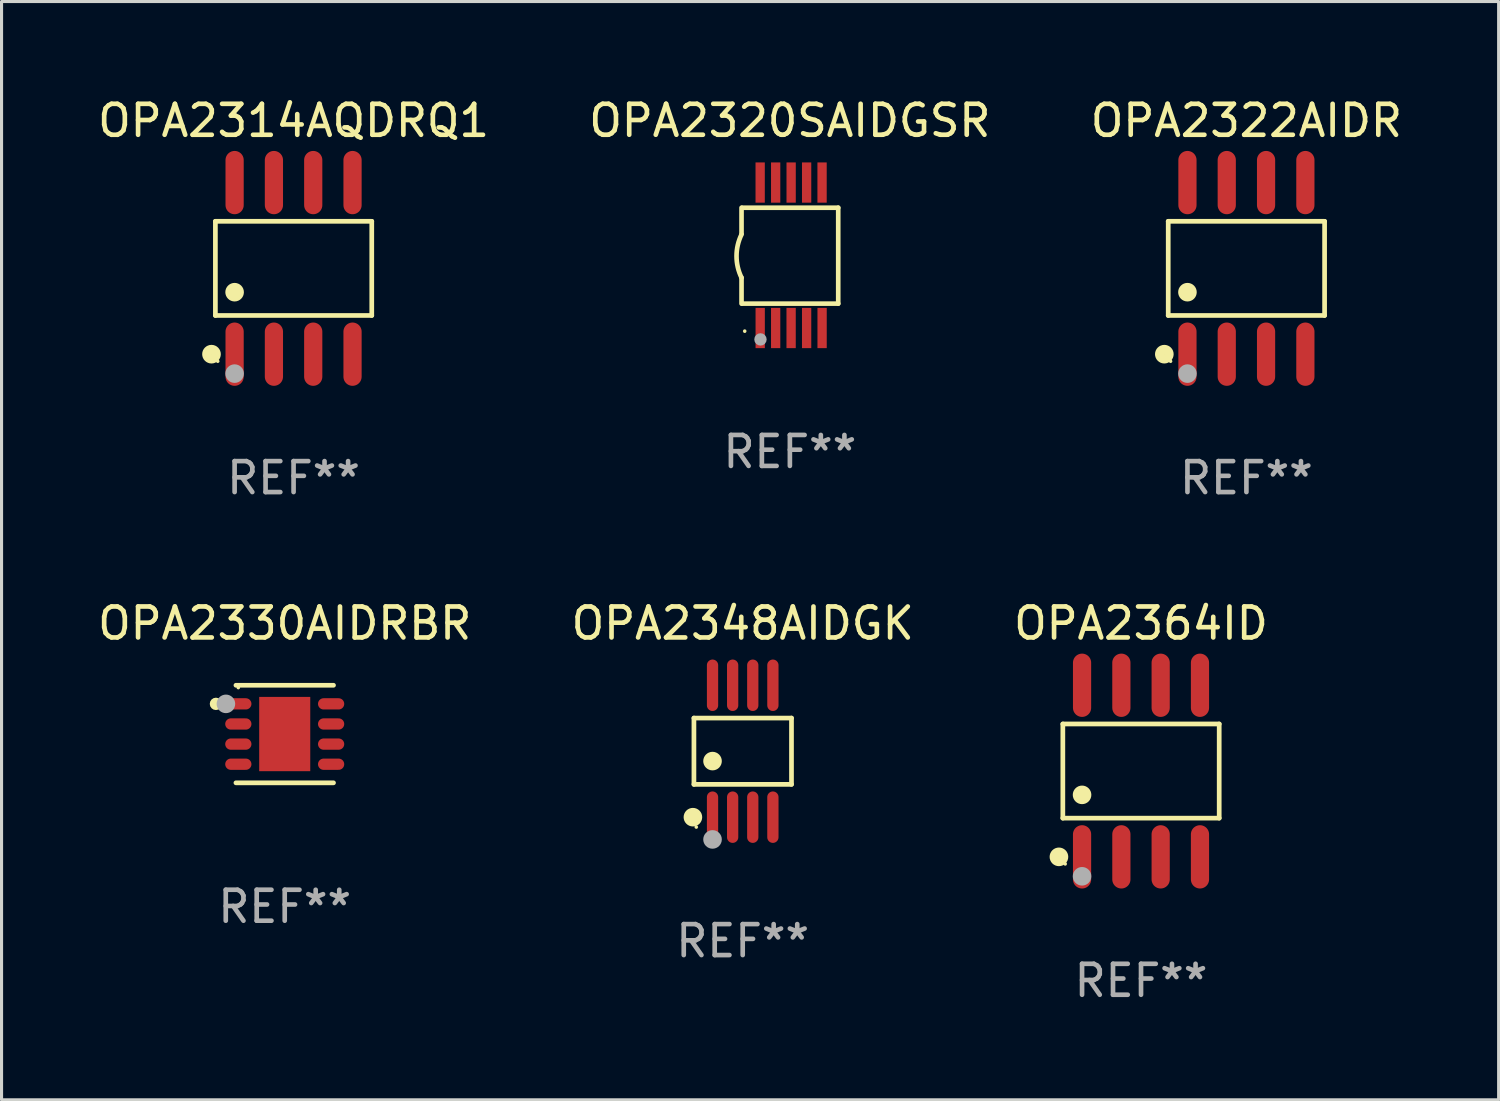
<source format=kicad_pcb>
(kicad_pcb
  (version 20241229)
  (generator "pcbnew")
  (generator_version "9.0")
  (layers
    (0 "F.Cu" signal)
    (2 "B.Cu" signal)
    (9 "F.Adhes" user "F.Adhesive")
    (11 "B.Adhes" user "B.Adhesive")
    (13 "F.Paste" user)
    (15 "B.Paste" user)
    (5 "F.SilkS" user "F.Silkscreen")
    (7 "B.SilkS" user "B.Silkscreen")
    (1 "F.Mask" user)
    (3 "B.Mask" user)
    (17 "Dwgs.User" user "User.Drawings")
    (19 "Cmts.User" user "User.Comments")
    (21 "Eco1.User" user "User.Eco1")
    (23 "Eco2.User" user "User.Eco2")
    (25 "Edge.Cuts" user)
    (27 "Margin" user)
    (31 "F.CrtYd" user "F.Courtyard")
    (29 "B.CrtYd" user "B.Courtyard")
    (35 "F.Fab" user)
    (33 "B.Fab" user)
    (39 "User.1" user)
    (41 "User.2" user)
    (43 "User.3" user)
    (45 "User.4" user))
  (footprint "OPA2348AIDGK"
    (layer "F.Cu")
    (at 20.946 21.221)
    (property "Reference" "OPA2348AIDGK" (at 0 -4.131 0) (layer "F.SilkS") (effects (font (size 1 1) (thickness 0.15))))
    (attr through_hole)
    (fp_line (start -1.576 -1.071) (end 1.576 -1.071) (stroke (width 0.152) (type solid)) (layer "F.SilkS"))
    (fp_line (start -1.576 1.071) (end -1.576 -1.071) (stroke (width 0.152) (type solid)) (layer "F.SilkS"))
    (fp_line (start 1.576 -1.071) (end 1.576 1.071) (stroke (width 0.152) (type solid)) (layer "F.SilkS"))
    (fp_line (start 1.576 1.071) (end -1.576 1.071) (stroke (width 0.152) (type solid)) (layer "F.SilkS"))
    (fp_circle (center -1.609 2.131) (end -1.459 2.131) (stroke (width 0.3) (type solid)) (fill no) (layer "F.SilkS"))
    (fp_circle (center -1.5 2.45) (end -1.47 2.45) (stroke (width 0.06) (type solid)) (fill no) (layer "F.SilkS"))
    (fp_circle (center -0.975 0.319) (end -0.825 0.319) (stroke (width 0.3) (type solid)) (fill no) (layer "F.SilkS"))
    (fp_circle (center -0.975 2.85) (end -0.825 2.85) (stroke (width 0.3) (type solid)) (fill no) (layer "F.Fab"))
    (fp_text user "REF**" (at 0 6.131 0) (layer "F.Fab") (effects (font (size 1 1) (thickness 0.15))))
    (pad "1" smd oval (at -0.975 2.131) (size 0.364 1.662) (layers "F.Cu" "F.Mask" "F.Paste"))
    (pad "2" smd oval (at -0.325 2.131) (size 0.364 1.662) (layers "F.Cu" "F.Mask" "F.Paste"))
    (pad "3" smd oval (at 0.325 2.131) (size 0.364 1.662) (layers "F.Cu" "F.Mask" "F.Paste"))
    (pad "4" smd oval (at 0.975 2.131) (size 0.364 1.662) (layers "F.Cu" "F.Mask" "F.Paste"))
    (pad "5" smd oval (at 0.975 -2.131) (size 0.364 1.662) (layers "F.Cu" "F.Mask" "F.Paste"))
    (pad "6" smd oval (at 0.325 -2.131) (size 0.364 1.662) (layers "F.Cu" "F.Mask" "F.Paste"))
    (pad "7" smd oval (at -0.325 -2.131) (size 0.364 1.662) (layers "F.Cu" "F.Mask" "F.Paste"))
    (pad "8" smd oval (at -0.975 -2.131) (size 0.364 1.662) (layers "F.Cu" "F.Mask" "F.Paste")))
  (footprint "OPA2314AQDRQ1"
    (layer "F.Cu")
    (at 6.435 5.621)
    (property "Reference" "OPA2314AQDRQ1" (at 0 -4.772 0) (layer "F.SilkS") (effects (font (size 1 1) (thickness 0.15))))
    (attr through_hole)
    (fp_line (start -2.526 -1.521) (end 2.526 -1.521) (stroke (width 0.152) (type solid)) (layer "F.SilkS"))
    (fp_line (start -2.526 1.521) (end -2.526 -1.521) (stroke (width 0.152) (type solid)) (layer "F.SilkS"))
    (fp_line (start 2.526 -1.521) (end 2.526 1.521) (stroke (width 0.152) (type solid)) (layer "F.SilkS"))
    (fp_line (start 2.526 1.521) (end -2.526 1.521) (stroke (width 0.152) (type solid)) (layer "F.SilkS"))
    (fp_circle (center -2.652 2.772) (end -2.501 2.772) (stroke (width 0.3) (type solid)) (fill no) (layer "F.SilkS"))
    (fp_circle (center -2.45 3) (end -2.42 3) (stroke (width 0.06) (type solid)) (fill no) (layer "F.SilkS"))
    (fp_circle (center -1.905 0.769) (end -1.755 0.769) (stroke (width 0.3) (type solid)) (fill no) (layer "F.SilkS"))
    (fp_circle (center -1.905 3.4) (end -1.755 3.4) (stroke (width 0.3) (type solid)) (fill no) (layer "F.Fab"))
    (fp_text user "REF**" (at 0 6.772 0) (layer "F.Fab") (effects (font (size 1 1) (thickness 0.15))))
    (pad "1" smd oval (at -1.905 2.772) (size 0.588 2.045) (layers "F.Cu" "F.Mask" "F.Paste"))
    (pad "2" smd oval (at -0.635 2.772) (size 0.588 2.045) (layers "F.Cu" "F.Mask" "F.Paste"))
    (pad "3" smd oval (at 0.635 2.772) (size 0.588 2.045) (layers "F.Cu" "F.Mask" "F.Paste"))
    (pad "4" smd oval (at 1.905 2.772) (size 0.588 2.045) (layers "F.Cu" "F.Mask" "F.Paste"))
    (pad "5" smd oval (at 1.905 -2.772) (size 0.588 2.045) (layers "F.Cu" "F.Mask" "F.Paste"))
    (pad "6" smd oval (at 0.635 -2.772) (size 0.588 2.045) (layers "F.Cu" "F.Mask" "F.Paste"))
    (pad "7" smd oval (at -0.635 -2.772) (size 0.588 2.045) (layers "F.Cu" "F.Mask" "F.Paste"))
    (pad "8" smd oval (at -1.905 -2.772) (size 0.588 2.045) (layers "F.Cu" "F.Mask" "F.Paste")))
  (footprint "OPA2322AIDR"
    (layer "F.Cu")
    (at 37.22 5.621)
    (property "Reference" "OPA2322AIDR" (at 0 -4.772 0) (layer "F.SilkS") (effects (font (size 1 1) (thickness 0.15))))
    (attr through_hole)
    (fp_line (start -2.526 -1.521) (end 2.526 -1.521) (stroke (width 0.152) (type solid)) (layer "F.SilkS"))
    (fp_line (start -2.526 1.521) (end -2.526 -1.521) (stroke (width 0.152) (type solid)) (layer "F.SilkS"))
    (fp_line (start 2.526 -1.521) (end 2.526 1.521) (stroke (width 0.152) (type solid)) (layer "F.SilkS"))
    (fp_line (start 2.526 1.521) (end -2.526 1.521) (stroke (width 0.152) (type solid)) (layer "F.SilkS"))
    (fp_circle (center -2.652 2.772) (end -2.501 2.772) (stroke (width 0.3) (type solid)) (fill no) (layer "F.SilkS"))
    (fp_circle (center -2.45 3) (end -2.42 3) (stroke (width 0.06) (type solid)) (fill no) (layer "F.SilkS"))
    (fp_circle (center -1.905 0.769) (end -1.755 0.769) (stroke (width 0.3) (type solid)) (fill no) (layer "F.SilkS"))
    (fp_circle (center -1.905 3.4) (end -1.755 3.4) (stroke (width 0.3) (type solid)) (fill no) (layer "F.Fab"))
    (fp_text user "REF**" (at 0 6.772 0) (layer "F.Fab") (effects (font (size 1 1) (thickness 0.15))))
    (pad "1" smd oval (at -1.905 2.772) (size 0.588 2.045) (layers "F.Cu" "F.Mask" "F.Paste"))
    (pad "2" smd oval (at -0.635 2.772) (size 0.588 2.045) (layers "F.Cu" "F.Mask" "F.Paste"))
    (pad "3" smd oval (at 0.635 2.772) (size 0.588 2.045) (layers "F.Cu" "F.Mask" "F.Paste"))
    (pad "4" smd oval (at 1.905 2.772) (size 0.588 2.045) (layers "F.Cu" "F.Mask" "F.Paste"))
    (pad "5" smd oval (at 1.905 -2.772) (size 0.588 2.045) (layers "F.Cu" "F.Mask" "F.Paste"))
    (pad "6" smd oval (at 0.635 -2.772) (size 0.588 2.045) (layers "F.Cu" "F.Mask" "F.Paste"))
    (pad "7" smd oval (at -0.635 -2.772) (size 0.588 2.045) (layers "F.Cu" "F.Mask" "F.Paste"))
    (pad "8" smd oval (at -1.905 -2.772) (size 0.588 2.045) (layers "F.Cu" "F.Mask" "F.Paste")))
  (footprint "OPA2320SAIDGSR"
    (layer "F.Cu")
    (at 22.47 5.198)
    (property "Reference" "OPA2320SAIDGSR" (at 0 -4.35 0) (layer "F.SilkS") (effects (font (size 1 1) (thickness 0.15))))
    (attr through_hole)
    (fp_line (start -1.562 -1.537) (end -1.562 -0.698) (stroke (width 0.15) (type solid)) (layer "F.SilkS"))
    (fp_line (start -1.562 0.724) (end -1.562 1.562) (stroke (width 0.15) (type solid)) (layer "F.SilkS"))
    (fp_line (start -1.538 -1.537) (end 1.562 -1.537) (stroke (width 0.15) (type solid)) (layer "F.SilkS"))
    (fp_line (start -1.538 1.562) (end 1.562 1.562) (stroke (width 0.15) (type solid)) (layer "F.SilkS"))
    (fp_line (start 1.562 1.564) (end 1.562 -1.537) (stroke (width 0.15) (type solid)) (layer "F.SilkS"))
    (fp_arc (start -1.562103 0.724079) (mid -1.723579 0.025578) (end -1.562103 -0.672924) (stroke (width 0.150013) (type solid)) (layer "F.SilkS"))
    (fp_circle (center -1.459 2.45) (end -1.429 2.45) (stroke (width 0.06) (type solid)) (fill no) (layer "F.SilkS"))
    (fp_circle (center -0.95 2.718) (end -0.85 2.718) (stroke (width 0.2) (type solid)) (fill no) (layer "F.Fab"))
    (fp_text user "REF**" (at 0 6.35 0) (layer "F.Fab") (effects (font (size 1 1) (thickness 0.15))))
    (pad "1" smd rect (at -0.959 2.35) (size 0.3 1.3) (layers "F.Cu" "F.Mask" "F.Paste"))
    (pad "2" smd rect (at -0.459 2.35) (size 0.3 1.3) (layers "F.Cu" "F.Mask" "F.Paste"))
    (pad "3" smd rect (at 0.04 2.35) (size 0.3 1.3) (layers "F.Cu" "F.Mask" "F.Paste"))
    (pad "4" smd rect (at 0.541 2.35) (size 0.3 1.3) (layers "F.Cu" "F.Mask" "F.Paste"))
    (pad "5" smd rect (at 1.041 2.35) (size 0.3 1.3) (layers "F.Cu" "F.Mask" "F.Paste"))
    (pad "6" smd rect (at 1.04 -2.35) (size 0.3 1.3) (layers "F.Cu" "F.Mask" "F.Paste"))
    (pad "7" smd rect (at 0.541 -2.35) (size 0.3 1.3) (layers "F.Cu" "F.Mask" "F.Paste"))
    (pad "8" smd rect (at 0.041 -2.35) (size 0.3 1.3) (layers "F.Cu" "F.Mask" "F.Paste"))
    (pad "9" smd rect (at -0.459 -2.35) (size 0.3 1.3) (layers "F.Cu" "F.Mask" "F.Paste"))
    (pad "10" smd rect (at -0.96 -2.35) (size 0.3 1.3) (layers "F.Cu" "F.Mask" "F.Paste")))
  (footprint "OPA2364ID"
    (layer "F.Cu")
    (at 33.815 21.862)
    (property "Reference" "OPA2364ID" (at 0 -4.772 0) (layer "F.SilkS") (effects (font (size 1 1) (thickness 0.15))))
    (attr through_hole)
    (fp_line (start -2.526 -1.521) (end 2.526 -1.521) (stroke (width 0.152) (type solid)) (layer "F.SilkS"))
    (fp_line (start -2.526 1.521) (end -2.526 -1.521) (stroke (width 0.152) (type solid)) (layer "F.SilkS"))
    (fp_line (start 2.526 -1.521) (end 2.526 1.521) (stroke (width 0.152) (type solid)) (layer "F.SilkS"))
    (fp_line (start 2.526 1.521) (end -2.526 1.521) (stroke (width 0.152) (type solid)) (layer "F.SilkS"))
    (fp_circle (center -2.652 2.772) (end -2.501 2.772) (stroke (width 0.3) (type solid)) (fill no) (layer "F.SilkS"))
    (fp_circle (center -2.45 3) (end -2.42 3) (stroke (width 0.06) (type solid)) (fill no) (layer "F.SilkS"))
    (fp_circle (center -1.905 0.769) (end -1.755 0.769) (stroke (width 0.3) (type solid)) (fill no) (layer "F.SilkS"))
    (fp_circle (center -1.905 3.4) (end -1.755 3.4) (stroke (width 0.3) (type solid)) (fill no) (layer "F.Fab"))
    (fp_text user "REF**" (at 0 6.772 0) (layer "F.Fab") (effects (font (size 1 1) (thickness 0.15))))
    (pad "1" smd oval (at -1.905 2.772) (size 0.588 2.045) (layers "F.Cu" "F.Mask" "F.Paste"))
    (pad "2" smd oval (at -0.635 2.772) (size 0.588 2.045) (layers "F.Cu" "F.Mask" "F.Paste"))
    (pad "3" smd oval (at 0.635 2.772) (size 0.588 2.045) (layers "F.Cu" "F.Mask" "F.Paste"))
    (pad "4" smd oval (at 1.905 2.772) (size 0.588 2.045) (layers "F.Cu" "F.Mask" "F.Paste"))
    (pad "5" smd oval (at 1.905 -2.772) (size 0.588 2.045) (layers "F.Cu" "F.Mask" "F.Paste"))
    (pad "6" smd oval (at 0.635 -2.772) (size 0.588 2.045) (layers "F.Cu" "F.Mask" "F.Paste"))
    (pad "7" smd oval (at -0.635 -2.772) (size 0.588 2.045) (layers "F.Cu" "F.Mask" "F.Paste"))
    (pad "8" smd oval (at -1.905 -2.772) (size 0.588 2.045) (layers "F.Cu" "F.Mask" "F.Paste")))
  (footprint "OPA2330AIDRBR"
    (layer "F.Cu")
    (at 6.149 20.666)
    (property "Reference" "OPA2330AIDRBR" (at 0 -3.576 0) (layer "F.SilkS") (effects (font (size 1 1) (thickness 0.15))))
    (attr through_hole)
    (fp_line (start -1.576 -1.576) (end 1.576 -1.576) (stroke (width 0.152) (type solid)) (layer "F.SilkS"))
    (fp_line (start 1.576 1.576) (end -1.576 1.576) (stroke (width 0.152) (type solid)) (layer "F.SilkS"))
    (fp_circle (center -2.222 -0.975) (end -2.122 -0.975) (stroke (width 0.2) (type solid)) (fill no) (layer "F.SilkS"))
    (fp_circle (center -1.5 -1.5) (end -1.47 -1.5) (stroke (width 0.06) (type solid)) (fill no) (layer "F.SilkS"))
    (fp_circle (center -1.9 -0.975) (end -1.75 -0.975) (stroke (width 0.3) (type solid)) (fill no) (layer "F.Fab"))
    (fp_text user "REF**" (at 0 5.576 0) (layer "F.Fab") (effects (font (size 1 1) (thickness 0.15))))
    (pad "1" smd oval (at -1.499 -0.975 270) (size 0.364 0.847) (layers "F.Cu" "F.Mask" "F.Paste"))
    (pad "2" smd oval (at -1.499 -0.325 270) (size 0.364 0.847) (layers "F.Cu" "F.Mask" "F.Paste"))
    (pad "3" smd oval (at -1.499 0.325 270) (size 0.364 0.847) (layers "F.Cu" "F.Mask" "F.Paste"))
    (pad "4" smd oval (at -1.499 0.975 270) (size 0.364 0.847) (layers "F.Cu" "F.Mask" "F.Paste"))
    (pad "5" smd oval (at 1.499 0.975 270) (size 0.364 0.847) (layers "F.Cu" "F.Mask" "F.Paste"))
    (pad "6" smd oval (at 1.499 0.325 270) (size 0.364 0.847) (layers "F.Cu" "F.Mask" "F.Paste"))
    (pad "7" smd oval (at 1.499 -0.325 270) (size 0.364 0.847) (layers "F.Cu" "F.Mask" "F.Paste"))
    (pad "8" smd oval (at 1.499 -0.975 270) (size 0.364 0.847) (layers "F.Cu" "F.Mask" "F.Paste"))
    (pad "9" smd rect (at 0 0) (size 1.65 2.4) (layers "F.Cu" "F.Mask" "F.Paste")))
  (gr_rect
    (start -3 -3)
    (end 45.369 32.483)
    (stroke (width 0.1) (type default))
    (fill no)
    (layer "Edge.Cuts")))
</source>
